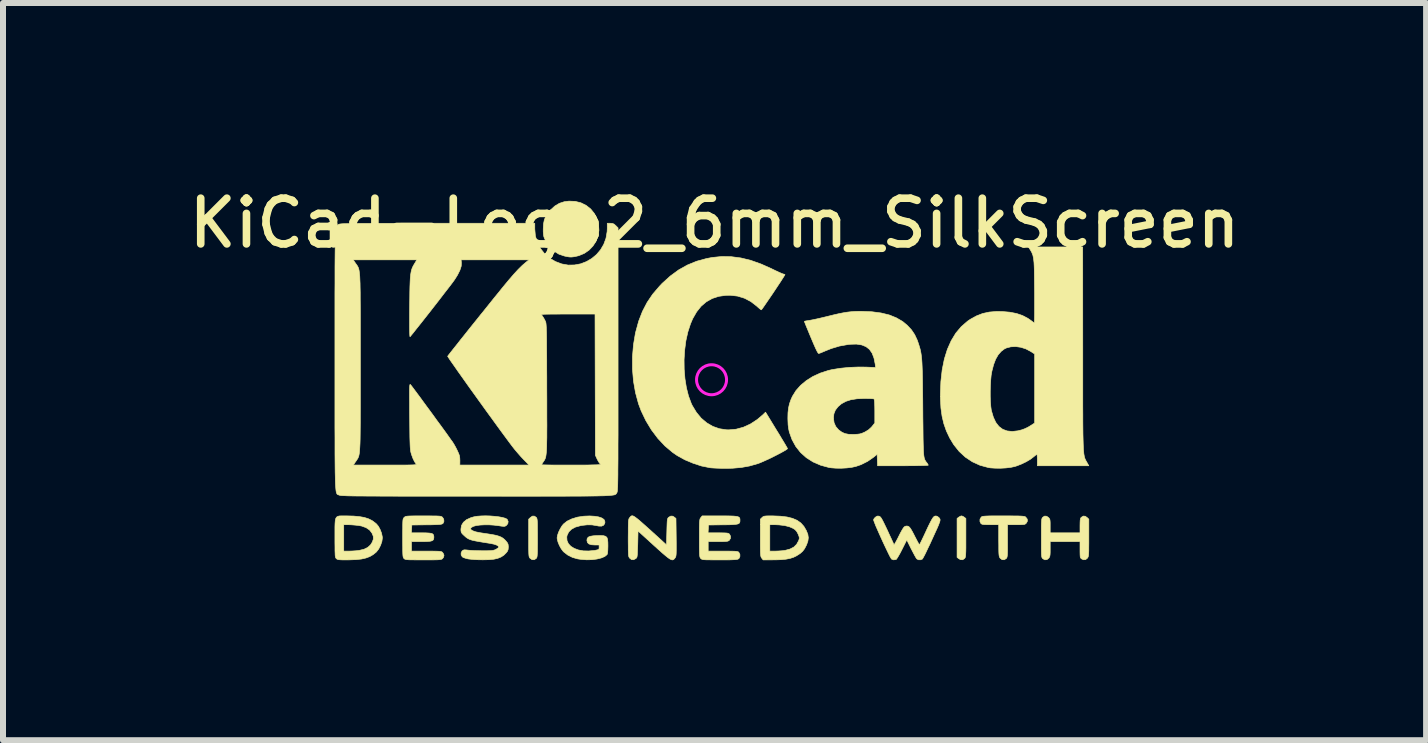
<source format=kicad_pcb>
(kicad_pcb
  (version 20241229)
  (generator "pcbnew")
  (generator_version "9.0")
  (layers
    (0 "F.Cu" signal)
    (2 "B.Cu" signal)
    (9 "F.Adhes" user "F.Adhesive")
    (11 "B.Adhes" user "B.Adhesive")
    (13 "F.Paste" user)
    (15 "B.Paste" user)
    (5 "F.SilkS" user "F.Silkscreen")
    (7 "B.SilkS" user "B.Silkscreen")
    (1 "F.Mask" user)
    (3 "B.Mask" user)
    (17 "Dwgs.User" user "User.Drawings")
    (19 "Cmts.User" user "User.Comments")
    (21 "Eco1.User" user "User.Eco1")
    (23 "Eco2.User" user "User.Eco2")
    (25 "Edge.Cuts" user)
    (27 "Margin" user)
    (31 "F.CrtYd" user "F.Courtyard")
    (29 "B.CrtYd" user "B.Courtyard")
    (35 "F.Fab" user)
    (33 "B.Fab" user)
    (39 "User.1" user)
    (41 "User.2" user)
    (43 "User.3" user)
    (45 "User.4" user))
  (footprint "KiCad-Logo2_6mm_SilkScreen"
    (layer "F.Cu")
    (at 8.809 3.279)
    (property "Reference" "KiCad-Logo2_6mm_SilkScreen" (at 0.05 -2.61 0) (layer "F.SilkS") (effects (font (size 0.762 0.762) (thickness 0.127))))
    (attr exclude_from_pos_files exclude_from_bom)
    (fp_poly (pts (xy 4.189 2.276) (xy 4.212 2.291) (xy 4.239 2.312) (xy 4.239 2.634) (xy 4.239 2.728) (xy 4.239 2.802) (xy 4.238 2.859) (xy 4.236 2.901) (xy 4.234 2.931) (xy 4.231 2.951) (xy 4.227 2.965) (xy 4.221 2.974) (xy 4.217 2.979) (xy 4.186 3) (xy 4.15 2.999) (xy 4.119 2.981) (xy 4.092 2.96) (xy 4.092 2.312) (xy 4.119 2.291) (xy 4.145 2.275) (xy 4.166 2.269) (xy 4.189 2.276)) (stroke (width 0.01) (type solid)) (fill yes) (layer "F.SilkS"))
    (fp_poly (pts (xy -2.924 2.292) (xy -2.917 2.299) (xy -2.912 2.309) (xy -2.908 2.324) (xy -2.905 2.346) (xy -2.903 2.378) (xy -2.902 2.422) (xy -2.902 2.482) (xy -2.901 2.56) (xy -2.901 2.636) (xy -2.901 2.73) (xy -2.902 2.804) (xy -2.902 2.86) (xy -2.904 2.902) (xy -2.906 2.932) (xy -2.909 2.952) (xy -2.913 2.965) (xy -2.919 2.974) (xy -2.924 2.98) (xy -2.957 3) (xy -2.992 2.998) (xy -3.023 2.977) (xy -3.031 2.968) (xy -3.036 2.959) (xy -3.041 2.945) (xy -3.044 2.924) (xy -3.046 2.895) (xy -3.047 2.853) (xy -3.048 2.796) (xy -3.048 2.722) (xy -3.048 2.638) (xy -3.048 2.324) (xy -3.02 2.297) (xy -2.986 2.273) (xy -2.953 2.273) (xy -2.924 2.292)) (stroke (width 0.01) (type solid)) (fill yes) (layer "F.SilkS"))
    (fp_poly (pts (xy -2.273 -2.973) (xy -2.177 -2.949) (xy -2.09 -2.906) (xy -2.015 -2.847) (xy -1.954 -2.772) (xy -1.909 -2.683) (xy -1.883 -2.586) (xy -1.877 -2.489) (xy -1.892 -2.395) (xy -1.926 -2.307) (xy -1.977 -2.228) (xy -2.042 -2.16) (xy -2.121 -2.106) (xy -2.212 -2.068) (xy -2.263 -2.056) (xy -2.308 -2.048) (xy -2.342 -2.045) (xy -2.375 -2.047) (xy -2.415 -2.054) (xy -2.449 -2.061) (xy -2.542 -2.092) (xy -2.626 -2.143) (xy -2.698 -2.213) (xy -2.756 -2.298) (xy -2.77 -2.326) (xy -2.787 -2.362) (xy -2.797 -2.392) (xy -2.802 -2.425) (xy -2.805 -2.466) (xy -2.805 -2.512) (xy -2.801 -2.596) (xy -2.787 -2.665) (xy -2.762 -2.726) (xy -2.723 -2.784) (xy -2.684 -2.829) (xy -2.612 -2.895) (xy -2.537 -2.94) (xy -2.455 -2.967) (xy -2.377 -2.977) (xy -2.273 -2.973)) (stroke (width 0.01) (type solid)) (fill yes) (layer "F.SilkS"))
    (fp_poly (pts (xy 4.963 2.269) (xy 5.042 2.27) (xy 5.103 2.27) (xy 5.149 2.272) (xy 5.182 2.274) (xy 5.205 2.277) (xy 5.221 2.28) (xy 5.231 2.285) (xy 5.236 2.289) (xy 5.261 2.321) (xy 5.265 2.355) (xy 5.249 2.386) (xy 5.238 2.398) (xy 5.227 2.406) (xy 5.211 2.412) (xy 5.186 2.414) (xy 5.147 2.416) (xy 5.09 2.416) (xy 5.079 2.416) (xy 4.933 2.416) (xy 4.933 2.687) (xy 4.933 2.772) (xy 4.933 2.838) (xy 4.932 2.887) (xy 4.93 2.922) (xy 4.927 2.946) (xy 4.923 2.962) (xy 4.918 2.972) (xy 4.911 2.98) (xy 4.878 3) (xy 4.843 2.999) (xy 4.812 2.976) (xy 4.81 2.973) (xy 4.802 2.962) (xy 4.797 2.95) (xy 4.793 2.933) (xy 4.79 2.908) (xy 4.788 2.872) (xy 4.787 2.822) (xy 4.787 2.755) (xy 4.786 2.68) (xy 4.786 2.416) (xy 4.647 2.416) (xy 4.587 2.415) (xy 4.546 2.414) (xy 4.519 2.411) (xy 4.502 2.405) (xy 4.49 2.397) (xy 4.489 2.395) (xy 4.473 2.362) (xy 4.474 2.324) (xy 4.493 2.292) (xy 4.5 2.285) (xy 4.51 2.28) (xy 4.524 2.276) (xy 4.545 2.274) (xy 4.575 2.272) (xy 4.618 2.27) (xy 4.676 2.269) (xy 4.75 2.269) (xy 4.844 2.269) (xy 4.864 2.269) (xy 4.963 2.269)) (stroke (width 0.01) (type solid)) (fill yes) (layer "F.SilkS"))
    (fp_poly (pts (xy 6.229 2.275) (xy 6.26 2.297) (xy 6.288 2.324) (xy 6.288 2.634) (xy 6.288 2.726) (xy 6.287 2.798) (xy 6.287 2.853) (xy 6.285 2.893) (xy 6.283 2.922) (xy 6.28 2.942) (xy 6.275 2.956) (xy 6.269 2.967) (xy 6.265 2.973) (xy 6.234 2.998) (xy 6.198 3) (xy 6.166 2.985) (xy 6.156 2.976) (xy 6.148 2.965) (xy 6.144 2.946) (xy 6.142 2.915) (xy 6.141 2.869) (xy 6.141 2.833) (xy 6.141 2.698) (xy 5.644 2.698) (xy 5.644 2.821) (xy 5.644 2.877) (xy 5.642 2.915) (xy 5.638 2.941) (xy 5.63 2.96) (xy 5.621 2.973) (xy 5.59 2.998) (xy 5.555 3.001) (xy 5.522 2.983) (xy 5.513 2.974) (xy 5.506 2.962) (xy 5.502 2.943) (xy 5.499 2.914) (xy 5.498 2.87) (xy 5.497 2.808) (xy 5.497 2.794) (xy 5.497 2.678) (xy 5.497 2.582) (xy 5.497 2.504) (xy 5.497 2.443) (xy 5.498 2.396) (xy 5.5 2.361) (xy 5.502 2.335) (xy 5.505 2.318) (xy 5.51 2.306) (xy 5.515 2.298) (xy 5.52 2.292) (xy 5.552 2.272) (xy 5.585 2.275) (xy 5.617 2.297) (xy 5.629 2.311) (xy 5.638 2.327) (xy 5.642 2.35) (xy 5.644 2.384) (xy 5.644 2.436) (xy 5.644 2.551) (xy 6.141 2.551) (xy 6.141 2.433) (xy 6.142 2.378) (xy 6.144 2.341) (xy 6.148 2.317) (xy 6.155 2.301) (xy 6.164 2.292) (xy 6.196 2.272) (xy 6.229 2.275)) (stroke (width 0.01) (type solid)) (fill yes) (layer "F.SilkS"))
    (fp_poly (pts (xy 1.018 2.269) (xy 1.147 2.274) (xy 1.257 2.287) (xy 1.349 2.31) (xy 1.426 2.343) (xy 1.489 2.388) (xy 1.539 2.444) (xy 1.58 2.514) (xy 1.58 2.515) (xy 1.605 2.577) (xy 1.613 2.633) (xy 1.606 2.688) (xy 1.584 2.751) (xy 1.579 2.761) (xy 1.55 2.817) (xy 1.517 2.86) (xy 1.475 2.897) (xy 1.417 2.934) (xy 1.414 2.936) (xy 1.364 2.96) (xy 1.307 2.978) (xy 1.24 2.991) (xy 1.159 2.999) (xy 1.06 3.002) (xy 1.025 3.002) (xy 0.86 3.003) (xy 0.836 2.973) (xy 0.829 2.963) (xy 0.824 2.952) (xy 0.82 2.936) (xy 0.817 2.913) (xy 0.815 2.88) (xy 0.814 2.856) (xy 0.971 2.856) (xy 1.065 2.856) (xy 1.12 2.854) (xy 1.176 2.85) (xy 1.222 2.844) (xy 1.225 2.844) (xy 1.307 2.822) (xy 1.371 2.789) (xy 1.418 2.743) (xy 1.451 2.683) (xy 1.457 2.667) (xy 1.463 2.642) (xy 1.46 2.618) (xy 1.448 2.585) (xy 1.441 2.569) (xy 1.418 2.527) (xy 1.39 2.497) (xy 1.359 2.477) (xy 1.297 2.45) (xy 1.218 2.43) (xy 1.125 2.419) (xy 1.058 2.416) (xy 0.971 2.416) (xy 0.971 2.856) (xy 0.814 2.856) (xy 0.814 2.835) (xy 0.813 2.774) (xy 0.813 2.696) (xy 0.813 2.634) (xy 0.813 2.324) (xy 0.841 2.297) (xy 0.853 2.286) (xy 0.866 2.278) (xy 0.885 2.273) (xy 0.913 2.27) (xy 0.955 2.269) (xy 1.015 2.269) (xy 1.018 2.269)) (stroke (width 0.01) (type solid)) (fill yes) (layer "F.SilkS"))
    (fp_poly (pts (xy -6.121 2.269) (xy -6.082 2.269) (xy -5.966 2.272) (xy -5.869 2.281) (xy -5.788 2.295) (xy -5.719 2.317) (xy -5.658 2.347) (xy -5.604 2.387) (xy -5.584 2.404) (xy -5.552 2.443) (xy -5.523 2.497) (xy -5.5 2.557) (xy -5.488 2.615) (xy -5.486 2.636) (xy -5.494 2.695) (xy -5.516 2.759) (xy -5.547 2.82) (xy -5.584 2.868) (xy -5.59 2.874) (xy -5.641 2.915) (xy -5.696 2.947) (xy -5.76 2.971) (xy -5.834 2.988) (xy -5.924 2.998) (xy -6.031 3.002) (xy -6.08 3.003) (xy -6.142 3.003) (xy -6.186 3.001) (xy -6.215 2.999) (xy -6.234 2.994) (xy -6.247 2.987) (xy -6.254 2.98) (xy -6.261 2.973) (xy -6.266 2.963) (xy -6.27 2.948) (xy -6.273 2.926) (xy -6.274 2.894) (xy -6.276 2.85) (xy -6.276 2.79) (xy -6.277 2.712) (xy -6.277 2.636) (xy -6.277 2.535) (xy -6.277 2.454) (xy -6.276 2.416) (xy -6.13 2.416) (xy -6.13 2.856) (xy -6.037 2.856) (xy -5.981 2.854) (xy -5.922 2.85) (xy -5.873 2.844) (xy -5.872 2.844) (xy -5.792 2.825) (xy -5.731 2.795) (xy -5.684 2.753) (xy -5.655 2.707) (xy -5.636 2.656) (xy -5.638 2.608) (xy -5.659 2.557) (xy -5.7 2.504) (xy -5.758 2.465) (xy -5.833 2.438) (xy -5.883 2.429) (xy -5.939 2.423) (xy -6 2.418) (xy -6.051 2.416) (xy -6.054 2.416) (xy -6.13 2.416) (xy -6.276 2.416) (xy -6.275 2.392) (xy -6.271 2.345) (xy -6.263 2.312) (xy -6.25 2.29) (xy -6.23 2.277) (xy -6.203 2.27) (xy -6.167 2.269) (xy -6.121 2.269)) (stroke (width 0.01) (type solid)) (fill yes) (layer "F.SilkS"))
    (fp_poly (pts (xy -1.3 2.273) (xy -1.277 2.287) (xy -1.246 2.31) (xy -1.206 2.342) (xy -1.156 2.386) (xy -1.094 2.441) (xy -1.018 2.509) (xy -0.931 2.588) (xy -0.751 2.752) (xy -0.745 2.532) (xy -0.743 2.456) (xy -0.741 2.4) (xy -0.739 2.36) (xy -0.736 2.332) (xy -0.731 2.314) (xy -0.725 2.303) (xy -0.717 2.294) (xy -0.713 2.291) (xy -0.678 2.272) (xy -0.645 2.274) (xy -0.619 2.291) (xy -0.593 2.312) (xy -0.589 2.627) (xy -0.588 2.72) (xy -0.588 2.793) (xy -0.588 2.848) (xy -0.589 2.889) (xy -0.591 2.919) (xy -0.594 2.939) (xy -0.598 2.953) (xy -0.604 2.964) (xy -0.61 2.972) (xy -0.623 2.988) (xy -0.637 2.999) (xy -0.652 3.003) (xy -0.671 2.999) (xy -0.695 2.987) (xy -0.727 2.965) (xy -0.768 2.932) (xy -0.821 2.887) (xy -0.886 2.829) (xy -0.96 2.762) (xy -1.225 2.521) (xy -1.23 2.741) (xy -1.233 2.816) (xy -1.235 2.872) (xy -1.237 2.913) (xy -1.24 2.94) (xy -1.244 2.958) (xy -1.25 2.969) (xy -1.259 2.978) (xy -1.263 2.981) (xy -1.3 3) (xy -1.335 2.997) (xy -1.365 2.973) (xy -1.372 2.963) (xy -1.378 2.952) (xy -1.382 2.936) (xy -1.385 2.913) (xy -1.386 2.88) (xy -1.388 2.835) (xy -1.388 2.774) (xy -1.389 2.694) (xy -1.389 2.636) (xy -1.388 2.544) (xy -1.388 2.473) (xy -1.387 2.418) (xy -1.386 2.378) (xy -1.384 2.349) (xy -1.38 2.329) (xy -1.376 2.315) (xy -1.37 2.305) (xy -1.365 2.299) (xy -1.354 2.285) (xy -1.343 2.274) (xy -1.332 2.268) (xy -1.318 2.267) (xy -1.3 2.273)) (stroke (width 0.01) (type solid)) (fill yes) (layer "F.SilkS"))
    (fp_poly (pts (xy -1.95 2.275) (xy -1.882 2.286) (xy -1.829 2.304) (xy -1.795 2.327) (xy -1.785 2.341) (xy -1.776 2.372) (xy -1.782 2.4) (xy -1.802 2.427) (xy -1.834 2.44) (xy -1.879 2.439) (xy -1.914 2.432) (xy -1.992 2.419) (xy -2.072 2.418) (xy -2.162 2.428) (xy -2.186 2.433) (xy -2.269 2.456) (xy -2.334 2.491) (xy -2.38 2.537) (xy -2.407 2.592) (xy -2.413 2.621) (xy -2.409 2.68) (xy -2.386 2.732) (xy -2.345 2.776) (xy -2.288 2.811) (xy -2.219 2.837) (xy -2.138 2.852) (xy -2.048 2.854) (xy -1.951 2.845) (xy -1.945 2.844) (xy -1.907 2.836) (xy -1.885 2.83) (xy -1.876 2.819) (xy -1.874 2.802) (xy -1.874 2.793) (xy -1.874 2.754) (xy -1.942 2.754) (xy -2.003 2.75) (xy -2.044 2.737) (xy -2.068 2.714) (xy -2.077 2.679) (xy -2.077 2.674) (xy -2.072 2.645) (xy -2.054 2.623) (xy -2.022 2.609) (xy -1.972 2.601) (xy -1.923 2.598) (xy -1.852 2.596) (xy -1.801 2.599) (xy -1.766 2.609) (xy -1.744 2.628) (xy -1.733 2.66) (xy -1.728 2.708) (xy -1.727 2.77) (xy -1.729 2.84) (xy -1.733 2.887) (xy -1.74 2.912) (xy -1.741 2.914) (xy -1.78 2.946) (xy -1.837 2.97) (xy -1.909 2.988) (xy -1.991 2.999) (xy -2.081 3.001) (xy -2.175 2.994) (xy -2.23 2.986) (xy -2.316 2.962) (xy -2.396 2.922) (xy -2.463 2.87) (xy -2.473 2.86) (xy -2.506 2.816) (xy -2.536 2.762) (xy -2.559 2.706) (xy -2.572 2.654) (xy -2.574 2.635) (xy -2.567 2.593) (xy -2.55 2.542) (xy -2.524 2.488) (xy -2.495 2.439) (xy -2.469 2.406) (xy -2.408 2.357) (xy -2.329 2.319) (xy -2.235 2.29) (xy -2.129 2.274) (xy -2.032 2.27) (xy -1.95 2.275)) (stroke (width 0.01) (type solid)) (fill yes) (layer "F.SilkS"))
    (fp_poly (pts (xy 0.23 2.269) (xy 0.307 2.27) (xy 0.365 2.272) (xy 0.408 2.276) (xy 0.438 2.282) (xy 0.457 2.291) (xy 0.468 2.303) (xy 0.473 2.319) (xy 0.474 2.339) (xy 0.474 2.341) (xy 0.473 2.364) (xy 0.468 2.382) (xy 0.457 2.395) (xy 0.437 2.404) (xy 0.406 2.41) (xy 0.36 2.414) (xy 0.298 2.417) (xy 0.216 2.418) (xy 0.191 2.418) (xy -0.051 2.421) (xy -0.054 2.486) (xy -0.058 2.551) (xy 0.111 2.551) (xy 0.176 2.552) (xy 0.223 2.553) (xy 0.255 2.555) (xy 0.276 2.559) (xy 0.289 2.565) (xy 0.299 2.573) (xy 0.299 2.573) (xy 0.316 2.607) (xy 0.316 2.643) (xy 0.297 2.674) (xy 0.294 2.678) (xy 0.281 2.686) (xy 0.263 2.692) (xy 0.237 2.695) (xy 0.197 2.697) (xy 0.142 2.698) (xy 0.106 2.698) (xy -0.056 2.698) (xy -0.056 2.856) (xy 0.19 2.856) (xy 0.272 2.856) (xy 0.333 2.857) (xy 0.379 2.858) (xy 0.41 2.86) (xy 0.431 2.864) (xy 0.445 2.868) (xy 0.453 2.874) (xy 0.455 2.877) (xy 0.472 2.908) (xy 0.473 2.944) (xy 0.46 2.975) (xy 0.449 2.985) (xy 0.438 2.991) (xy 0.421 2.995) (xy 0.396 2.998) (xy 0.359 3) (xy 0.308 3.002) (xy 0.24 3.003) (xy 0.153 3.003) (xy 0.133 3.003) (xy 0.045 3.003) (xy -0.024 3.002) (xy -0.075 3.002) (xy -0.113 3) (xy -0.139 2.998) (xy -0.156 2.994) (xy -0.167 2.989) (xy -0.176 2.983) (xy -0.18 2.978) (xy -0.187 2.97) (xy -0.192 2.96) (xy -0.196 2.945) (xy -0.199 2.923) (xy -0.201 2.89) (xy -0.202 2.845) (xy -0.203 2.785) (xy -0.203 2.707) (xy -0.203 2.641) (xy -0.203 2.549) (xy -0.203 2.476) (xy -0.202 2.421) (xy -0.201 2.38) (xy -0.198 2.35) (xy -0.195 2.33) (xy -0.191 2.316) (xy -0.185 2.305) (xy -0.18 2.299) (xy -0.156 2.269) (xy 0.134 2.269) (xy 0.23 2.269)) (stroke (width 0.01) (type solid)) (fill yes) (layer "F.SilkS"))
    (fp_poly (pts (xy -4.713 2.269) (xy -4.643 2.27) (xy -4.591 2.27) (xy -4.553 2.272) (xy -4.526 2.274) (xy -4.508 2.278) (xy -4.496 2.283) (xy -4.487 2.289) (xy -4.484 2.292) (xy -4.464 2.323) (xy -4.46 2.359) (xy -4.473 2.391) (xy -4.48 2.397) (xy -4.489 2.403) (xy -4.505 2.408) (xy -4.529 2.412) (xy -4.566 2.414) (xy -4.617 2.416) (xy -4.685 2.418) (xy -4.748 2.418) (xy -4.995 2.421) (xy -4.999 2.486) (xy -5.002 2.551) (xy -4.834 2.551) (xy -4.761 2.552) (xy -4.708 2.555) (xy -4.671 2.56) (xy -4.647 2.57) (xy -4.634 2.586) (xy -4.629 2.607) (xy -4.628 2.628) (xy -4.631 2.653) (xy -4.64 2.671) (xy -4.659 2.684) (xy -4.691 2.692) (xy -4.738 2.696) (xy -4.804 2.698) (xy -4.84 2.698) (xy -5.001 2.698) (xy -5.001 2.856) (xy -4.753 2.856) (xy -4.671 2.856) (xy -4.609 2.857) (xy -4.564 2.858) (xy -4.532 2.86) (xy -4.511 2.863) (xy -4.496 2.868) (xy -4.487 2.874) (xy -4.482 2.879) (xy -4.465 2.906) (xy -4.459 2.929) (xy -4.467 2.959) (xy -4.482 2.98) (xy -4.49 2.987) (xy -4.5 2.992) (xy -4.515 2.996) (xy -4.538 2.999) (xy -4.571 3.001) (xy -4.618 3.002) (xy -4.68 3.003) (xy -4.761 3.003) (xy -4.803 3.003) (xy -4.894 3.003) (xy -4.964 3.002) (xy -5.017 3.002) (xy -5.056 3) (xy -5.083 2.998) (xy -5.101 2.994) (xy -5.113 2.99) (xy -5.122 2.983) (xy -5.125 2.98) (xy -5.132 2.973) (xy -5.137 2.963) (xy -5.141 2.948) (xy -5.144 2.926) (xy -5.146 2.894) (xy -5.147 2.849) (xy -5.147 2.789) (xy -5.148 2.711) (xy -5.148 2.638) (xy -5.148 2.545) (xy -5.147 2.471) (xy -5.147 2.415) (xy -5.146 2.374) (xy -5.144 2.345) (xy -5.141 2.325) (xy -5.136 2.312) (xy -5.131 2.303) (xy -5.123 2.295) (xy -5.122 2.294) (xy -5.113 2.286) (xy -5.103 2.28) (xy -5.089 2.276) (xy -5.067 2.273) (xy -5.036 2.271) (xy -4.993 2.27) (xy -4.934 2.269) (xy -4.857 2.269) (xy -4.802 2.269) (xy -4.713 2.269)) (stroke (width 0.01) (type solid)) (fill yes) (layer "F.SilkS"))
    (fp_poly (pts (xy 3.745 2.271) (xy 3.764 2.278) (xy 3.765 2.278) (xy 3.792 2.299) (xy 3.806 2.32) (xy 3.809 2.329) (xy 3.809 2.342) (xy 3.805 2.361) (xy 3.796 2.387) (xy 3.782 2.424) (xy 3.761 2.473) (xy 3.732 2.536) (xy 3.695 2.617) (xy 3.675 2.661) (xy 3.639 2.74) (xy 3.604 2.812) (xy 3.574 2.876) (xy 3.548 2.928) (xy 3.528 2.965) (xy 3.516 2.986) (xy 3.513 2.989) (xy 3.482 3.001) (xy 3.447 3) (xy 3.419 2.984) (xy 3.418 2.983) (xy 3.407 2.966) (xy 3.388 2.933) (xy 3.364 2.888) (xy 3.337 2.836) (xy 3.327 2.817) (xy 3.254 2.67) (xy 3.174 2.829) (xy 3.146 2.884) (xy 3.119 2.932) (xy 3.097 2.969) (xy 3.081 2.991) (xy 3.076 2.996) (xy 3.034 3.002) (xy 3 2.989) (xy 2.99 2.974) (xy 2.972 2.943) (xy 2.949 2.897) (xy 2.921 2.839) (xy 2.89 2.774) (xy 2.857 2.704) (xy 2.824 2.631) (xy 2.792 2.56) (xy 2.763 2.494) (xy 2.737 2.435) (xy 2.718 2.386) (xy 2.705 2.352) (xy 2.7 2.334) (xy 2.7 2.334) (xy 2.711 2.311) (xy 2.733 2.289) (xy 2.735 2.288) (xy 2.762 2.272) (xy 2.787 2.273) (xy 2.796 2.275) (xy 2.808 2.282) (xy 2.82 2.294) (xy 2.834 2.315) (xy 2.852 2.347) (xy 2.875 2.393) (xy 2.905 2.455) (xy 2.932 2.512) (xy 2.962 2.578) (xy 2.99 2.638) (xy 3.013 2.688) (xy 3.03 2.725) (xy 3.039 2.746) (xy 3.041 2.749) (xy 3.047 2.743) (xy 3.061 2.721) (xy 3.081 2.685) (xy 3.106 2.638) (xy 3.115 2.619) (xy 3.148 2.554) (xy 3.174 2.507) (xy 3.194 2.474) (xy 3.21 2.454) (xy 3.226 2.443) (xy 3.242 2.439) (xy 3.252 2.438) (xy 3.271 2.44) (xy 3.287 2.447) (xy 3.303 2.462) (xy 3.321 2.487) (xy 3.344 2.526) (xy 3.373 2.581) (xy 3.389 2.613) (xy 3.415 2.663) (xy 3.437 2.705) (xy 3.454 2.734) (xy 3.464 2.748) (xy 3.466 2.749) (xy 3.472 2.738) (xy 3.487 2.709) (xy 3.508 2.666) (xy 3.534 2.612) (xy 3.564 2.548) (xy 3.578 2.517) (xy 3.616 2.436) (xy 3.647 2.374) (xy 3.672 2.328) (xy 3.692 2.297) (xy 3.71 2.278) (xy 3.727 2.271) (xy 3.745 2.271)) (stroke (width 0.01) (type solid)) (fill yes) (layer "F.SilkS"))
    (fp_poly (pts (xy -3.692 2.27) (xy -3.617 2.276) (xy -3.547 2.284) (xy -3.487 2.295) (xy -3.44 2.308) (xy -3.41 2.323) (xy -3.406 2.327) (xy -3.39 2.362) (xy -3.395 2.397) (xy -3.419 2.428) (xy -3.421 2.429) (xy -3.435 2.438) (xy -3.45 2.443) (xy -3.471 2.443) (xy -3.503 2.44) (xy -3.552 2.432) (xy -3.556 2.432) (xy -3.629 2.423) (xy -3.707 2.418) (xy -3.786 2.418) (xy -3.859 2.422) (xy -3.922 2.43) (xy -3.968 2.443) (xy -3.971 2.444) (xy -4.005 2.463) (xy -4.017 2.482) (xy -4.008 2.5) (xy -3.978 2.518) (xy -3.929 2.535) (xy -3.861 2.549) (xy -3.816 2.556) (xy -3.721 2.57) (xy -3.647 2.582) (xy -3.588 2.594) (xy -3.542 2.608) (xy -3.506 2.623) (xy -3.476 2.641) (xy -3.449 2.664) (xy -3.428 2.686) (xy -3.403 2.717) (xy -3.391 2.743) (xy -3.387 2.776) (xy -3.387 2.788) (xy -3.39 2.828) (xy -3.401 2.857) (xy -3.421 2.883) (xy -3.462 2.924) (xy -3.508 2.954) (xy -3.562 2.976) (xy -3.627 2.991) (xy -3.707 2.999) (xy -3.805 3.001) (xy -3.821 3.001) (xy -3.887 3) (xy -3.952 2.997) (xy -4.009 2.992) (xy -4.052 2.987) (xy -4.055 2.987) (xy -4.098 2.976) (xy -4.134 2.964) (xy -4.154 2.952) (xy -4.173 2.922) (xy -4.174 2.886) (xy -4.158 2.854) (xy -4.154 2.851) (xy -4.139 2.84) (xy -4.12 2.835) (xy -4.091 2.836) (xy -4.056 2.84) (xy -4.016 2.844) (xy -3.96 2.847) (xy -3.895 2.849) (xy -3.828 2.85) (xy -3.81 2.85) (xy -3.742 2.85) (xy -3.692 2.849) (xy -3.657 2.846) (xy -3.63 2.841) (xy -3.609 2.834) (xy -3.596 2.828) (xy -3.568 2.811) (xy -3.55 2.796) (xy -3.547 2.792) (xy -3.553 2.774) (xy -3.579 2.757) (xy -3.624 2.741) (xy -3.687 2.728) (xy -3.705 2.725) (xy -3.801 2.71) (xy -3.878 2.697) (xy -3.938 2.686) (xy -3.984 2.676) (xy -4.021 2.665) (xy -4.049 2.653) (xy -4.073 2.639) (xy -4.096 2.622) (xy -4.119 2.601) (xy -4.127 2.594) (xy -4.155 2.567) (xy -4.17 2.545) (xy -4.176 2.52) (xy -4.177 2.489) (xy -4.167 2.428) (xy -4.136 2.376) (xy -4.085 2.333) (xy -4.013 2.3) (xy -3.962 2.285) (xy -3.907 2.275) (xy -3.841 2.27) (xy -3.768 2.268) (xy -3.692 2.27)) (stroke (width 0.01) (type solid)) (fill yes) (layer "F.SilkS"))
    (fp_poly (pts (xy 0.328 -2.051) (xy 0.489 -2.03) (xy 0.653 -1.99) (xy 0.822 -1.93) (xy 1 -1.851) (xy 1.011 -1.845) (xy 1.069 -1.817) (xy 1.121 -1.793) (xy 1.162 -1.775) (xy 1.19 -1.764) (xy 1.2 -1.761) (xy 1.219 -1.756) (xy 1.224 -1.752) (xy 1.218 -1.741) (xy 1.202 -1.715) (xy 1.177 -1.676) (xy 1.145 -1.626) (xy 1.107 -1.569) (xy 1.066 -1.507) (xy 1.023 -1.442) (xy 0.98 -1.379) (xy 0.939 -1.319) (xy 0.902 -1.265) (xy 0.871 -1.22) (xy 0.847 -1.186) (xy 0.832 -1.167) (xy 0.83 -1.165) (xy 0.82 -1.17) (xy 0.798 -1.187) (xy 0.767 -1.214) (xy 0.752 -1.228) (xy 0.655 -1.303) (xy 0.548 -1.359) (xy 0.433 -1.394) (xy 0.31 -1.408) (xy 0.241 -1.407) (xy 0.119 -1.39) (xy 0.01 -1.354) (xy -0.087 -1.299) (xy -0.174 -1.225) (xy -0.249 -1.131) (xy -0.314 -1.018) (xy -0.351 -0.931) (xy -0.395 -0.796) (xy -0.428 -0.648) (xy -0.448 -0.493) (xy -0.458 -0.333) (xy -0.456 -0.173) (xy -0.443 -0.016) (xy -0.419 0.133) (xy -0.384 0.271) (xy -0.338 0.395) (xy -0.322 0.429) (xy -0.253 0.543) (xy -0.173 0.64) (xy -0.081 0.718) (xy 0.02 0.777) (xy 0.13 0.816) (xy 0.247 0.834) (xy 0.289 0.835) (xy 0.41 0.824) (xy 0.531 0.791) (xy 0.649 0.737) (xy 0.762 0.663) (xy 0.854 0.585) (xy 0.9 0.54) (xy 1.081 0.837) (xy 1.127 0.911) (xy 1.168 0.98) (xy 1.204 1.039) (xy 1.233 1.088) (xy 1.254 1.124) (xy 1.265 1.144) (xy 1.266 1.147) (xy 1.258 1.157) (xy 1.233 1.174) (xy 1.193 1.197) (xy 1.142 1.225) (xy 1.084 1.255) (xy 1.021 1.287) (xy 0.958 1.318) (xy 0.896 1.346) (xy 0.839 1.371) (xy 0.791 1.391) (xy 0.768 1.399) (xy 0.634 1.437) (xy 0.496 1.462) (xy 0.349 1.475) (xy 0.222 1.477) (xy 0.154 1.476) (xy 0.088 1.474) (xy 0.031 1.471) (xy -0.013 1.468) (xy -0.027 1.466) (xy -0.166 1.438) (xy -0.307 1.392) (xy -0.445 1.334) (xy -0.572 1.264) (xy -0.649 1.211) (xy -0.777 1.103) (xy -0.895 0.977) (xy -1.002 0.835) (xy -1.095 0.681) (xy -1.173 0.518) (xy -1.217 0.401) (xy -1.267 0.217) (xy -1.301 0.023) (xy -1.318 -0.179) (xy -1.318 -0.382) (xy -1.301 -0.584) (xy -1.268 -0.781) (xy -1.217 -0.967) (xy -1.214 -0.978) (xy -1.151 -1.14) (xy -1.074 -1.288) (xy -0.981 -1.426) (xy -0.868 -1.558) (xy -0.825 -1.604) (xy -0.688 -1.728) (xy -0.549 -1.83) (xy -0.403 -1.912) (xy -0.249 -1.975) (xy -0.084 -2.02) (xy 0.011 -2.038) (xy 0.17 -2.054) (xy 0.328 -2.051)) (stroke (width 0.01) (type solid)) (fill yes) (layer "F.SilkS"))
    (fp_poly (pts (xy 6.187 -0.528) (xy 6.187 -0.293) (xy 6.187 -0.08) (xy 6.187 0.112) (xy 6.187 0.285) (xy 6.187 0.441) (xy 6.188 0.579) (xy 6.188 0.701) (xy 6.189 0.808) (xy 6.19 0.901) (xy 6.192 0.982) (xy 6.194 1.051) (xy 6.196 1.11) (xy 6.198 1.159) (xy 6.202 1.2) (xy 6.205 1.234) (xy 6.21 1.262) (xy 6.214 1.285) (xy 6.22 1.304) (xy 6.226 1.321) (xy 6.233 1.335) (xy 6.24 1.349) (xy 6.249 1.364) (xy 6.254 1.373) (xy 6.288 1.434) (xy 5.43 1.434) (xy 5.43 1.338) (xy 5.429 1.294) (xy 5.427 1.261) (xy 5.424 1.243) (xy 5.423 1.242) (xy 5.412 1.249) (xy 5.389 1.267) (xy 5.366 1.286) (xy 5.312 1.327) (xy 5.242 1.368) (xy 5.165 1.405) (xy 5.088 1.435) (xy 5.057 1.445) (xy 4.989 1.46) (xy 4.906 1.47) (xy 4.816 1.475) (xy 4.728 1.474) (xy 4.649 1.469) (xy 4.612 1.463) (xy 4.473 1.425) (xy 4.346 1.367) (xy 4.23 1.29) (xy 4.127 1.195) (xy 4.036 1.081) (xy 3.969 0.97) (xy 3.914 0.854) (xy 3.872 0.734) (xy 3.842 0.608) (xy 3.823 0.472) (xy 3.815 0.32) (xy 3.814 0.243) (xy 3.816 0.186) (xy 4.645 0.186) (xy 4.645 0.279) (xy 4.648 0.367) (xy 4.654 0.444) (xy 4.662 0.505) (xy 4.665 0.517) (xy 4.697 0.625) (xy 4.738 0.712) (xy 4.79 0.779) (xy 4.853 0.826) (xy 4.926 0.853) (xy 5.011 0.862) (xy 5.107 0.851) (xy 5.17 0.835) (xy 5.219 0.817) (xy 5.274 0.791) (xy 5.314 0.767) (xy 5.385 0.721) (xy 5.385 -0.429) (xy 5.317 -0.473) (xy 5.239 -0.514) (xy 5.155 -0.541) (xy 5.07 -0.553) (xy 4.988 -0.549) (xy 4.915 -0.53) (xy 4.883 -0.515) (xy 4.826 -0.472) (xy 4.777 -0.415) (xy 4.735 -0.342) (xy 4.701 -0.252) (xy 4.672 -0.141) (xy 4.671 -0.135) (xy 4.66 -0.073) (xy 4.653 0.005) (xy 4.648 0.093) (xy 4.645 0.186) (xy 3.816 0.186) (xy 3.822 0.03) (xy 3.844 -0.166) (xy 3.88 -0.345) (xy 3.93 -0.506) (xy 3.994 -0.65) (xy 4.071 -0.777) (xy 4.163 -0.886) (xy 4.268 -0.977) (xy 4.314 -1.008) (xy 4.415 -1.064) (xy 4.518 -1.104) (xy 4.628 -1.128) (xy 4.749 -1.138) (xy 4.842 -1.137) (xy 4.971 -1.126) (xy 5.084 -1.104) (xy 5.183 -1.07) (xy 5.271 -1.024) (xy 5.32 -0.99) (xy 5.349 -0.968) (xy 5.371 -0.953) (xy 5.379 -0.948) (xy 5.381 -0.959) (xy 5.382 -0.99) (xy 5.383 -1.037) (xy 5.384 -1.1) (xy 5.384 -1.173) (xy 5.384 -1.256) (xy 5.384 -1.344) (xy 5.384 -1.436) (xy 5.383 -1.528) (xy 5.382 -1.618) (xy 5.381 -1.704) (xy 5.38 -1.781) (xy 5.379 -1.848) (xy 5.377 -1.902) (xy 5.375 -1.94) (xy 5.375 -1.947) (xy 5.367 -2.018) (xy 5.356 -2.073) (xy 5.338 -2.12) (xy 5.312 -2.166) (xy 5.305 -2.176) (xy 5.281 -2.213) (xy 6.186 -2.213) (xy 6.187 -0.528)) (stroke (width 0.01) (type solid)) (fill yes) (layer "F.SilkS"))
    (fp_poly (pts (xy 2.674 -1.133) (xy 2.825 -1.113) (xy 2.961 -1.08) (xy 3.08 -1.032) (xy 3.185 -0.971) (xy 3.262 -0.907) (xy 3.331 -0.833) (xy 3.385 -0.753) (xy 3.428 -0.661) (xy 3.443 -0.618) (xy 3.456 -0.579) (xy 3.467 -0.543) (xy 3.477 -0.508) (xy 3.485 -0.472) (xy 3.492 -0.433) (xy 3.498 -0.39) (xy 3.503 -0.34) (xy 3.507 -0.283) (xy 3.51 -0.215) (xy 3.513 -0.136) (xy 3.515 -0.043) (xy 3.517 0.066) (xy 3.518 0.192) (xy 3.52 0.337) (xy 3.521 0.48) (xy 3.522 0.636) (xy 3.524 0.771) (xy 3.525 0.887) (xy 3.526 0.986) (xy 3.528 1.068) (xy 3.53 1.136) (xy 3.532 1.192) (xy 3.535 1.236) (xy 3.539 1.271) (xy 3.544 1.299) (xy 3.55 1.321) (xy 3.557 1.338) (xy 3.565 1.352) (xy 3.574 1.366) (xy 3.585 1.38) (xy 3.59 1.385) (xy 3.605 1.408) (xy 3.612 1.423) (xy 3.612 1.424) (xy 3.602 1.426) (xy 3.571 1.428) (xy 3.522 1.43) (xy 3.458 1.431) (xy 3.382 1.433) (xy 3.295 1.433) (xy 3.2 1.434) (xy 3.19 1.434) (xy 2.767 1.434) (xy 2.763 1.338) (xy 2.76 1.242) (xy 2.698 1.293) (xy 2.601 1.36) (xy 2.491 1.415) (xy 2.404 1.445) (xy 2.335 1.46) (xy 2.252 1.47) (xy 2.162 1.475) (xy 2.074 1.474) (xy 1.995 1.468) (xy 1.959 1.463) (xy 1.819 1.425) (xy 1.692 1.37) (xy 1.58 1.299) (xy 1.484 1.213) (xy 1.404 1.112) (xy 1.341 0.997) (xy 1.296 0.871) (xy 1.284 0.814) (xy 1.276 0.752) (xy 1.273 0.677) (xy 1.272 0.643) (xy 1.272 0.64) (xy 2.032 0.64) (xy 2.042 0.715) (xy 2.07 0.779) (xy 2.118 0.835) (xy 2.123 0.839) (xy 2.172 0.874) (xy 2.223 0.897) (xy 2.284 0.909) (xy 2.359 0.911) (xy 2.377 0.911) (xy 2.431 0.908) (xy 2.471 0.903) (xy 2.506 0.893) (xy 2.545 0.876) (xy 2.556 0.871) (xy 2.616 0.835) (xy 2.663 0.792) (xy 2.676 0.777) (xy 2.721 0.72) (xy 2.721 0.525) (xy 2.72 0.446) (xy 2.718 0.388) (xy 2.715 0.349) (xy 2.711 0.327) (xy 2.707 0.32) (xy 2.691 0.317) (xy 2.657 0.314) (xy 2.61 0.313) (xy 2.555 0.312) (xy 2.546 0.312) (xy 2.425 0.317) (xy 2.323 0.333) (xy 2.236 0.361) (xy 2.164 0.401) (xy 2.109 0.448) (xy 2.064 0.506) (xy 2.039 0.569) (xy 2.032 0.64) (xy 1.272 0.64) (xy 1.274 0.55) (xy 1.283 0.471) (xy 1.299 0.4) (xy 1.324 0.329) (xy 1.348 0.276) (xy 1.407 0.181) (xy 1.485 0.093) (xy 1.58 0.014) (xy 1.69 -0.055) (xy 1.813 -0.111) (xy 1.945 -0.154) (xy 2.009 -0.169) (xy 2.146 -0.191) (xy 2.294 -0.206) (xy 2.446 -0.212) (xy 2.572 -0.211) (xy 2.734 -0.204) (xy 2.727 -0.263) (xy 2.707 -0.362) (xy 2.676 -0.443) (xy 2.632 -0.506) (xy 2.575 -0.551) (xy 2.503 -0.58) (xy 2.416 -0.594) (xy 2.313 -0.591) (xy 2.275 -0.587) (xy 2.134 -0.562) (xy 1.997 -0.521) (xy 1.902 -0.483) (xy 1.857 -0.464) (xy 1.819 -0.448) (xy 1.792 -0.439) (xy 1.785 -0.437) (xy 1.775 -0.446) (xy 1.758 -0.475) (xy 1.734 -0.524) (xy 1.703 -0.594) (xy 1.665 -0.684) (xy 1.658 -0.7) (xy 1.628 -0.772) (xy 1.601 -0.838) (xy 1.578 -0.893) (xy 1.561 -0.936) (xy 1.55 -0.963) (xy 1.547 -0.972) (xy 1.557 -0.977) (xy 1.583 -0.982) (xy 1.611 -0.986) (xy 1.642 -0.991) (xy 1.689 -1) (xy 1.751 -1.013) (xy 1.821 -1.029) (xy 1.896 -1.047) (xy 1.925 -1.054) (xy 2.03 -1.08) (xy 2.117 -1.1) (xy 2.192 -1.115) (xy 2.258 -1.126) (xy 2.319 -1.133) (xy 2.381 -1.138) (xy 2.446 -1.14) (xy 2.504 -1.14) (xy 2.674 -1.133)) (stroke (width 0.01) (type solid)) (fill yes) (layer "F.SilkS"))
    (fp_poly (pts (xy -2.946 -2.511) (xy -2.936 -2.397) (xy -2.904 -2.289) (xy -2.853 -2.19) (xy -2.784 -2.102) (xy -2.699 -2.027) (xy -2.602 -1.97) (xy -2.496 -1.93) (xy -2.389 -1.911) (xy -2.283 -1.913) (xy -2.181 -1.932) (xy -2.085 -1.969) (xy -1.996 -2.021) (xy -1.917 -2.087) (xy -1.849 -2.167) (xy -1.796 -2.258) (xy -1.759 -2.359) (xy -1.74 -2.47) (xy -1.738 -2.52) (xy -1.738 -2.608) (xy -1.687 -2.608) (xy -1.65 -2.605) (xy -1.623 -2.593) (xy -1.596 -2.569) (xy -1.558 -2.531) (xy -1.558 -0.339) (xy -1.558 -0.077) (xy -1.558 0.163) (xy -1.558 0.383) (xy -1.558 0.583) (xy -1.558 0.764) (xy -1.558 0.928) (xy -1.559 1.074) (xy -1.559 1.205) (xy -1.559 1.32) (xy -1.56 1.421) (xy -1.561 1.509) (xy -1.561 1.585) (xy -1.562 1.65) (xy -1.563 1.704) (xy -1.564 1.749) (xy -1.565 1.786) (xy -1.567 1.815) (xy -1.568 1.837) (xy -1.57 1.854) (xy -1.572 1.866) (xy -1.574 1.874) (xy -1.576 1.88) (xy -1.577 1.882) (xy -1.581 1.889) (xy -1.585 1.895) (xy -1.589 1.901) (xy -1.594 1.906) (xy -1.601 1.911) (xy -1.611 1.916) (xy -1.625 1.92) (xy -1.645 1.923) (xy -1.669 1.926) (xy -1.701 1.929) (xy -1.741 1.931) (xy -1.789 1.934) (xy -1.846 1.935) (xy -1.914 1.937) (xy -1.994 1.938) (xy -2.085 1.939) (xy -2.19 1.94) (xy -2.309 1.94) (xy -2.443 1.941) (xy -2.593 1.941) (xy -2.76 1.941) (xy -2.945 1.942) (xy -3.149 1.942) (xy -3.372 1.942) (xy -3.616 1.941) (xy -3.881 1.941) (xy -3.92 1.941) (xy -4.187 1.941) (xy -4.432 1.941) (xy -4.657 1.941) (xy -4.861 1.941) (xy -5.047 1.941) (xy -5.215 1.941) (xy -5.366 1.94) (xy -5.501 1.94) (xy -5.62 1.939) (xy -5.725 1.939) (xy -5.817 1.938) (xy -5.896 1.938) (xy -5.964 1.937) (xy -6.021 1.936) (xy -6.069 1.935) (xy -6.107 1.933) (xy -6.138 1.932) (xy -6.162 1.931) (xy -6.18 1.929) (xy -6.192 1.927) (xy -6.201 1.925) (xy -6.205 1.923) (xy -6.214 1.92) (xy -6.221 1.917) (xy -6.229 1.915) (xy -6.235 1.911) (xy -6.241 1.906) (xy -6.246 1.897) (xy -6.251 1.885) (xy -6.255 1.869) (xy -6.259 1.846) (xy -6.262 1.818) (xy -6.265 1.781) (xy -6.268 1.737) (xy -6.27 1.683) (xy -6.271 1.618) (xy -6.273 1.543) (xy -6.274 1.455) (xy -6.275 1.354) (xy -6.276 1.239) (xy -6.276 1.11) (xy -6.276 0.964) (xy -6.277 0.802) (xy -6.277 0.621) (xy -6.277 0.422) (xy -6.277 0.204) (xy -6.277 -0.035) (xy -6.277 -0.296) (xy -6.277 -0.338) (xy -6.277 -0.601) (xy -6.277 -0.842) (xy -6.277 -1.063) (xy -6.277 -1.264) (xy -6.277 -1.446) (xy -6.276 -1.61) (xy -6.276 -1.757) (xy -6.276 -1.888) (xy -6.275 -1.998) (xy -5.972 -1.998) (xy -5.932 -1.94) (xy -5.921 -1.925) (xy -5.911 -1.911) (xy -5.902 -1.897) (xy -5.894 -1.883) (xy -5.887 -1.868) (xy -5.881 -1.849) (xy -5.875 -1.826) (xy -5.871 -1.798) (xy -5.867 -1.764) (xy -5.863 -1.722) (xy -5.861 -1.67) (xy -5.858 -1.609) (xy -5.857 -1.537) (xy -5.855 -1.452) (xy -5.855 -1.354) (xy -5.854 -1.24) (xy -5.853 -1.111) (xy -5.853 -0.965) (xy -5.853 -0.8) (xy -5.853 -0.616) (xy -5.853 -0.41) (xy -5.853 -0.288) (xy -5.853 -0.071) (xy -5.853 0.125) (xy -5.853 0.3) (xy -5.853 0.456) (xy -5.854 0.595) (xy -5.854 0.717) (xy -5.855 0.823) (xy -5.856 0.915) (xy -5.857 0.994) (xy -5.859 1.062) (xy -5.862 1.118) (xy -5.865 1.165) (xy -5.868 1.204) (xy -5.872 1.235) (xy -5.877 1.261) (xy -5.883 1.282) (xy -5.89 1.299) (xy -5.897 1.314) (xy -5.906 1.327) (xy -5.915 1.341) (xy -5.925 1.356) (xy -5.932 1.365) (xy -5.97 1.422) (xy -5.439 1.422) (xy -5.315 1.422) (xy -5.213 1.422) (xy -5.129 1.422) (xy -5.063 1.421) (xy -5.012 1.42) (xy -4.974 1.419) (xy -4.948 1.417) (xy -4.932 1.415) (xy -4.923 1.412) (xy -4.921 1.408) (xy -4.923 1.404) (xy -4.925 1.403) (xy -4.95 1.366) (xy -4.976 1.313) (xy -4.999 1.251) (xy -5.007 1.224) (xy -5.012 1.206) (xy -5.016 1.185) (xy -5.019 1.159) (xy -5.022 1.126) (xy -5.024 1.083) (xy -5.026 1.028) (xy -5.028 0.96) (xy -5.029 0.877) (xy -5.03 0.775) (xy -5.031 0.654) (xy -5.032 0.61) (xy -5.033 0.484) (xy -5.033 0.38) (xy -5.034 0.295) (xy -5.034 0.227) (xy -5.034 0.174) (xy -5.033 0.135) (xy -5.031 0.107) (xy -5.029 0.09) (xy -5.027 0.081) (xy -5.023 0.078) (xy -5.019 0.08) (xy -5.015 0.085) (xy -5.004 0.098) (xy -4.982 0.127) (xy -4.95 0.17) (xy -4.909 0.225) (xy -4.861 0.289) (xy -4.808 0.362) (xy -4.751 0.44) (xy -4.691 0.521) (xy -4.631 0.603) (xy -4.572 0.685) (xy -4.514 0.763) (xy -4.461 0.836) (xy -4.413 0.902) (xy -4.373 0.959) (xy -4.341 1.004) (xy -4.318 1.035) (xy -4.314 1.041) (xy -4.291 1.078) (xy -4.264 1.126) (xy -4.239 1.176) (xy -4.236 1.183) (xy -4.214 1.231) (xy -4.201 1.268) (xy -4.196 1.304) (xy -4.194 1.346) (xy -4.195 1.422) (xy -3.041 1.422) (xy -3.132 1.329) (xy -3.179 1.279) (xy -3.229 1.222) (xy -3.275 1.168) (xy -3.295 1.143) (xy -3.326 1.103) (xy -3.366 1.05) (xy -3.414 0.985) (xy -3.47 0.909) (xy -3.532 0.825) (xy -3.599 0.733) (xy -3.669 0.636) (xy -3.743 0.535) (xy -3.817 0.432) (xy -3.892 0.328) (xy -3.966 0.225) (xy -4.038 0.125) (xy -4.106 0.029) (xy -4.17 -0.061) (xy -4.229 -0.144) (xy -4.28 -0.218) (xy -4.324 -0.28) (xy -4.359 -0.33) (xy -4.383 -0.367) (xy -4.396 -0.387) (xy -4.398 -0.391) (xy -4.39 -0.403) (xy -4.369 -0.43) (xy -4.337 -0.471) (xy -4.294 -0.525) (xy -4.243 -0.589) (xy -4.185 -0.663) (xy -4.12 -0.744) (xy -4.051 -0.831) (xy -3.979 -0.921) (xy -3.904 -1.014) (xy -3.845 -1.088) (xy -2.834 -1.088) (xy -2.828 -1.075) (xy -2.813 -1.053) (xy -2.812 -1.052) (xy -2.793 -1.021) (xy -2.774 -0.985) (xy -2.77 -0.976) (xy -2.766 -0.968) (xy -2.763 -0.958) (xy -2.76 -0.945) (xy -2.758 -0.927) (xy -2.756 -0.904) (xy -2.754 -0.873) (xy -2.753 -0.833) (xy -2.751 -0.784) (xy -2.75 -0.723) (xy -2.749 -0.649) (xy -2.749 -0.561) (xy -2.748 -0.457) (xy -2.747 -0.337) (xy -2.747 -0.198) (xy -2.746 -0.039) (xy -2.746 0.14) (xy -2.745 0.325) (xy -2.745 0.489) (xy -2.745 0.633) (xy -2.744 0.759) (xy -2.745 0.868) (xy -2.745 0.961) (xy -2.747 1.04) (xy -2.748 1.106) (xy -2.75 1.161) (xy -2.753 1.206) (xy -2.757 1.242) (xy -2.761 1.271) (xy -2.766 1.295) (xy -2.772 1.313) (xy -2.779 1.329) (xy -2.787 1.344) (xy -2.797 1.358) (xy -2.805 1.37) (xy -2.822 1.396) (xy -2.832 1.414) (xy -2.834 1.417) (xy -2.823 1.418) (xy -2.791 1.419) (xy -2.742 1.42) (xy -2.677 1.421) (xy -2.599 1.422) (xy -2.51 1.422) (xy -2.411 1.422) (xy -2.342 1.422) (xy -2.237 1.422) (xy -2.141 1.422) (xy -2.054 1.421) (xy -1.98 1.419) (xy -1.921 1.418) (xy -1.879 1.416) (xy -1.855 1.414) (xy -1.851 1.412) (xy -1.859 1.398) (xy -1.867 1.39) (xy -1.88 1.372) (xy -1.897 1.342) (xy -1.909 1.318) (xy -1.936 1.259) (xy -1.939 0.082) (xy -1.942 -1.095) (xy -2.388 -1.095) (xy -2.486 -1.095) (xy -2.576 -1.094) (xy -2.657 -1.094) (xy -2.725 -1.093) (xy -2.779 -1.092) (xy -2.815 -1.09) (xy -2.833 -1.089) (xy -2.834 -1.088) (xy -3.845 -1.088) (xy -3.829 -1.107) (xy -3.755 -1.199) (xy -3.683 -1.289) (xy -3.615 -1.374) (xy -3.551 -1.452) (xy -3.494 -1.523) (xy -3.444 -1.584) (xy -3.403 -1.633) (xy -3.386 -1.654) (xy -3.3 -1.754) (xy -3.223 -1.838) (xy -3.154 -1.906) (xy -3.091 -1.96) (xy -3.082 -1.967) (xy -3.042 -1.998) (xy -4.174 -1.998) (xy -4.169 -1.95) (xy -4.172 -1.893) (xy -4.194 -1.825) (xy -4.234 -1.745) (xy -4.279 -1.673) (xy -4.295 -1.65) (xy -4.323 -1.612) (xy -4.361 -1.562) (xy -4.408 -1.501) (xy -4.462 -1.432) (xy -4.52 -1.356) (xy -4.582 -1.276) (xy -4.646 -1.194) (xy -4.71 -1.112) (xy -4.773 -1.032) (xy -4.832 -0.957) (xy -4.887 -0.888) (xy -4.935 -0.828) (xy -4.974 -0.778) (xy -5.004 -0.742) (xy -5.022 -0.72) (xy -5.025 -0.717) (xy -5.028 -0.725) (xy -5.03 -0.755) (xy -5.032 -0.807) (xy -5.033 -0.881) (xy -5.033 -0.977) (xy -5.033 -1.094) (xy -5.032 -1.214) (xy -5.03 -1.346) (xy -5.029 -1.457) (xy -5.027 -1.551) (xy -5.024 -1.629) (xy -5.021 -1.692) (xy -5.016 -1.745) (xy -5.009 -1.788) (xy -5.002 -1.823) (xy -4.992 -1.854) (xy -4.98 -1.882) (xy -4.965 -1.91) (xy -4.95 -1.935) (xy -4.912 -1.998) (xy -5.972 -1.998) (xy -6.275 -1.998) (xy -6.275 -2.004) (xy -6.274 -2.106) (xy -6.273 -2.195) (xy -6.272 -2.272) (xy -6.27 -2.337) (xy -6.269 -2.393) (xy -6.266 -2.438) (xy -6.264 -2.475) (xy -6.261 -2.505) (xy -6.258 -2.528) (xy -6.254 -2.546) (xy -6.25 -2.559) (xy -6.245 -2.568) (xy -6.24 -2.574) (xy -6.234 -2.579) (xy -6.228 -2.582) (xy -6.222 -2.586) (xy -6.216 -2.589) (xy -6.21 -2.592) (xy -6.202 -2.594) (xy -6.19 -2.596) (xy -6.173 -2.598) (xy -6.149 -2.6) (xy -6.118 -2.601) (xy -6.079 -2.602) (xy -6.03 -2.603) (xy -5.971 -2.604) (xy -5.899 -2.605) (xy -5.815 -2.606) (xy -5.718 -2.606) (xy -5.605 -2.607) (xy -5.476 -2.607) (xy -5.33 -2.607) (xy -5.166 -2.608) (xy -4.982 -2.608) (xy -4.778 -2.608) (xy -4.567 -2.608) (xy -2.946 -2.608) (xy -2.946 -2.511)) (stroke (width 0.01) (type solid)) (fill yes) (layer "F.SilkS"))
    (fp_circle (center 0 0) (end -0.25 0) (stroke (width 0.05) (type solid)) (fill no) (layer "F.CrtYd")))
  (gr_rect
    (start -3 -3)
    (end 20.718 9.287)
    (stroke (width 0.1) (type default))
    (fill no)
    (layer "Edge.Cuts")))
</source>
